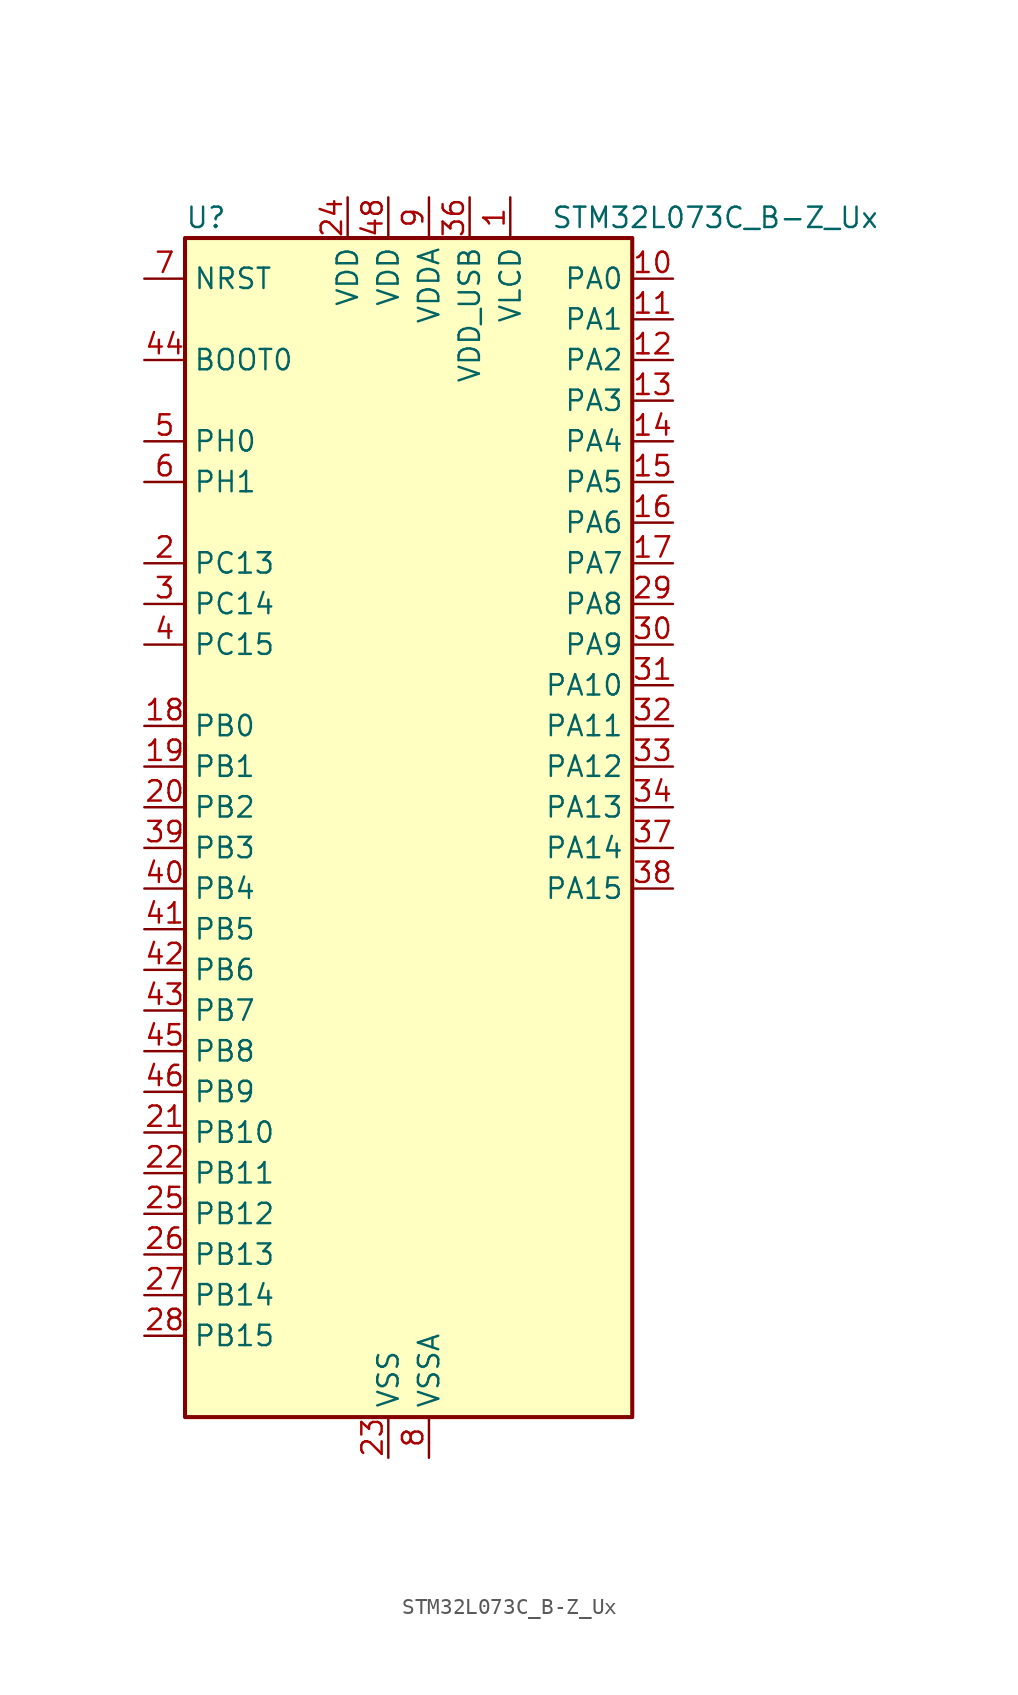
<source format=kicad_sym>
(kicad_symbol_lib
  (version 20231120)
  (generator "kicad_symbol_editor")
  (generator_version "8.0")
  (symbol "STM32L073C_B-Z_Ux"
    (property "Reference" "U"
      (at -12.7 39.37 0)
      (effects (font (size 1.27 1.27)) (justify left)))
    (property "Value" "STM32L073C_B-Z_Ux"
      (at 10.16 39.37 0)
      (effects (font (size 1.27 1.27)) (justify left)))
    (property "ki_locked" ""
      (at 0 0 0)
      (effects (font (size 1.27 1.27))))
    (symbol "STM32L073C_B-Z_Ux_0_1"
      (rectangle (start -12.7 -35.56) (end 15.24 38.1) (stroke (width 0.254) (type default)) (fill (type background))))
    (symbol "STM32L073C_B-Z_Ux_1_1"
      (pin power_in line (at 7.62 40.64 270) (length 2.54) (name "VLCD" (effects (font (size 1.27 1.27)))) (number "1" (effects (font (size 1.27 1.27)))))
      (pin bidirectional line (at 17.78 35.56 180) (length 2.54) (name "PA0" (effects (font (size 1.27 1.27)))) (number "10" (effects (font (size 1.27 1.27)))) (alternate "ADC_IN0" bidirectional line) (alternate "COMP1_INM" bidirectional line) (alternate "COMP1_OUT" bidirectional line) (alternate "RTC_TAMP2" bidirectional line) (alternate "SYS_WKUP1" bidirectional line) (alternate "TIM2_CH1" bidirectional line) (alternate "TIM2_ETR" bidirectional line) (alternate "TSC_G1_IO1" bidirectional line) (alternate "USART2_CTS" bidirectional line) (alternate "USART4_TX" bidirectional line))
      (pin bidirectional line (at 17.78 33.02 180) (length 2.54) (name "PA1" (effects (font (size 1.27 1.27)))) (number "11" (effects (font (size 1.27 1.27)))) (alternate "ADC_IN1" bidirectional line) (alternate "COMP1_INP" bidirectional line) (alternate "LCD_SEG0" bidirectional line) (alternate "TIM21_ETR" bidirectional line) (alternate "TIM2_CH2" bidirectional line) (alternate "TSC_G1_IO2" bidirectional line) (alternate "USART2_DE" bidirectional line) (alternate "USART2_RTS" bidirectional line) (alternate "USART4_RX" bidirectional line))
      (pin bidirectional line (at 17.78 30.48 180) (length 2.54) (name "PA2" (effects (font (size 1.27 1.27)))) (number "12" (effects (font (size 1.27 1.27)))) (alternate "ADC_IN2" bidirectional line) (alternate "COMP2_INM" bidirectional line) (alternate "COMP2_OUT" bidirectional line) (alternate "LCD_SEG1" bidirectional line) (alternate "LPUART1_TX" bidirectional line) (alternate "TIM21_CH1" bidirectional line) (alternate "TIM2_CH3" bidirectional line) (alternate "TSC_G1_IO3" bidirectional line) (alternate "USART2_TX" bidirectional line))
      (pin bidirectional line (at 17.78 27.94 180) (length 2.54) (name "PA3" (effects (font (size 1.27 1.27)))) (number "13" (effects (font (size 1.27 1.27)))) (alternate "ADC_IN3" bidirectional line) (alternate "COMP2_INP" bidirectional line) (alternate "LCD_SEG2" bidirectional line) (alternate "LPUART1_RX" bidirectional line) (alternate "TIM21_CH2" bidirectional line) (alternate "TIM2_CH4" bidirectional line) (alternate "TSC_G1_IO4" bidirectional line) (alternate "USART2_RX" bidirectional line))
      (pin bidirectional line (at 17.78 25.4 180) (length 2.54) (name "PA4" (effects (font (size 1.27 1.27)))) (number "14" (effects (font (size 1.27 1.27)))) (alternate "ADC_IN4" bidirectional line) (alternate "COMP1_INM" bidirectional line) (alternate "COMP2_INM" bidirectional line) (alternate "DAC_OUT1" bidirectional line) (alternate "SPI1_NSS" bidirectional line) (alternate "TIM22_ETR" bidirectional line) (alternate "TSC_G2_IO1" bidirectional line) (alternate "USART2_CK" bidirectional line))
      (pin bidirectional line (at 17.78 22.86 180) (length 2.54) (name "PA5" (effects (font (size 1.27 1.27)))) (number "15" (effects (font (size 1.27 1.27)))) (alternate "ADC_IN5" bidirectional line) (alternate "COMP1_INM" bidirectional line) (alternate "COMP2_INM" bidirectional line) (alternate "DAC_OUT2" bidirectional line) (alternate "SPI1_SCK" bidirectional line) (alternate "TIM2_CH1" bidirectional line) (alternate "TIM2_ETR" bidirectional line) (alternate "TSC_G2_IO2" bidirectional line))
      (pin bidirectional line (at 17.78 20.32 180) (length 2.54) (name "PA6" (effects (font (size 1.27 1.27)))) (number "16" (effects (font (size 1.27 1.27)))) (alternate "ADC_IN6" bidirectional line) (alternate "COMP1_OUT" bidirectional line) (alternate "LCD_SEG3" bidirectional line) (alternate "LPUART1_CTS" bidirectional line) (alternate "SPI1_MISO" bidirectional line) (alternate "TIM22_CH1" bidirectional line) (alternate "TIM3_CH1" bidirectional line) (alternate "TSC_G2_IO3" bidirectional line))
      (pin bidirectional line (at 17.78 17.78 180) (length 2.54) (name "PA7" (effects (font (size 1.27 1.27)))) (number "17" (effects (font (size 1.27 1.27)))) (alternate "ADC_IN7" bidirectional line) (alternate "COMP2_OUT" bidirectional line) (alternate "LCD_SEG4" bidirectional line) (alternate "SPI1_MOSI" bidirectional line) (alternate "TIM22_CH2" bidirectional line) (alternate "TIM3_CH2" bidirectional line) (alternate "TSC_G2_IO4" bidirectional line))
      (pin bidirectional line (at -15.24 7.62 0) (length 2.54) (name "PB0" (effects (font (size 1.27 1.27)))) (number "18" (effects (font (size 1.27 1.27)))) (alternate "ADC_IN8" bidirectional line) (alternate "LCD_SEG5" bidirectional line) (alternate "LCD_VLCD3" bidirectional line) (alternate "SYS_VREF_OUT_PB0" bidirectional line) (alternate "TIM3_CH3" bidirectional line) (alternate "TSC_G3_IO2" bidirectional line))
      (pin bidirectional line (at -15.24 5.08 0) (length 2.54) (name "PB1" (effects (font (size 1.27 1.27)))) (number "19" (effects (font (size 1.27 1.27)))) (alternate "ADC_IN9" bidirectional line) (alternate "LCD_SEG6" bidirectional line) (alternate "LPUART1_DE" bidirectional line) (alternate "LPUART1_RTS" bidirectional line) (alternate "SYS_VREF_OUT_PB1" bidirectional line) (alternate "TIM3_CH4" bidirectional line) (alternate "TSC_G3_IO3" bidirectional line))
      (pin bidirectional line (at -15.24 17.78 0) (length 2.54) (name "PC13" (effects (font (size 1.27 1.27)))) (number "2" (effects (font (size 1.27 1.27)))) (alternate "RTC_OUT_ALARM" bidirectional line) (alternate "RTC_OUT_CALIB" bidirectional line) (alternate "RTC_TAMP1" bidirectional line) (alternate "RTC_TS" bidirectional line) (alternate "SYS_WKUP2" bidirectional line))
      (pin bidirectional line (at -15.24 2.54 0) (length 2.54) (name "PB2" (effects (font (size 1.27 1.27)))) (number "20" (effects (font (size 1.27 1.27)))) (alternate "I2C3_SMBA" bidirectional line) (alternate "LCD_VLCD2" bidirectional line) (alternate "LPTIM1_OUT" bidirectional line) (alternate "TSC_G3_IO4" bidirectional line))
      (pin bidirectional line (at -15.24 -17.78 0) (length 2.54) (name "PB10" (effects (font (size 1.27 1.27)))) (number "21" (effects (font (size 1.27 1.27)))) (alternate "I2C2_SCL" bidirectional line) (alternate "LCD_SEG10" bidirectional line) (alternate "LPUART1_RX" bidirectional line) (alternate "LPUART1_TX" bidirectional line) (alternate "SPI2_SCK" bidirectional line) (alternate "TIM2_CH3" bidirectional line) (alternate "TSC_SYNC" bidirectional line))
      (pin bidirectional line (at -15.24 -20.32 0) (length 2.54) (name "PB11" (effects (font (size 1.27 1.27)))) (number "22" (effects (font (size 1.27 1.27)))) (alternate "ADC_EXTI11" bidirectional line) (alternate "I2C2_SDA" bidirectional line) (alternate "LCD_SEG11" bidirectional line) (alternate "LPUART1_RX" bidirectional line) (alternate "LPUART1_TX" bidirectional line) (alternate "TIM2_CH4" bidirectional line) (alternate "TSC_G6_IO1" bidirectional line))
      (pin power_in line (at 0 -38.1 90) (length 2.54) (name "VSS" (effects (font (size 1.27 1.27)))) (number "23" (effects (font (size 1.27 1.27)))))
      (pin power_in line (at -2.54 40.64 270) (length 2.54) (name "VDD" (effects (font (size 1.27 1.27)))) (number "24" (effects (font (size 1.27 1.27)))))
      (pin bidirectional line (at -15.24 -22.86 0) (length 2.54) (name "PB12" (effects (font (size 1.27 1.27)))) (number "25" (effects (font (size 1.27 1.27)))) (alternate "I2S2_WS" bidirectional line) (alternate "LCD_SEG12" bidirectional line) (alternate "LCD_VLCD2" bidirectional line) (alternate "LPUART1_DE" bidirectional line) (alternate "LPUART1_RTS" bidirectional line) (alternate "SPI2_NSS" bidirectional line) (alternate "TSC_G6_IO2" bidirectional line))
      (pin bidirectional line (at -15.24 -25.4 0) (length 2.54) (name "PB13" (effects (font (size 1.27 1.27)))) (number "26" (effects (font (size 1.27 1.27)))) (alternate "I2C2_SCL" bidirectional line) (alternate "I2S2_CK" bidirectional line) (alternate "LCD_SEG13" bidirectional line) (alternate "LPUART1_CTS" bidirectional line) (alternate "RCC_MCO" bidirectional line) (alternate "SPI2_SCK" bidirectional line) (alternate "TIM21_CH1" bidirectional line) (alternate "TSC_G6_IO3" bidirectional line))
      (pin bidirectional line (at -15.24 -27.94 0) (length 2.54) (name "PB14" (effects (font (size 1.27 1.27)))) (number "27" (effects (font (size 1.27 1.27)))) (alternate "I2C2_SDA" bidirectional line) (alternate "I2S2_MCK" bidirectional line) (alternate "LCD_SEG14" bidirectional line) (alternate "LPUART1_DE" bidirectional line) (alternate "LPUART1_RTS" bidirectional line) (alternate "RTC_OUT_ALARM" bidirectional line) (alternate "RTC_OUT_CALIB" bidirectional line) (alternate "SPI2_MISO" bidirectional line) (alternate "TIM21_CH2" bidirectional line) (alternate "TSC_G6_IO4" bidirectional line))
      (pin bidirectional line (at -15.24 -30.48 0) (length 2.54) (name "PB15" (effects (font (size 1.27 1.27)))) (number "28" (effects (font (size 1.27 1.27)))) (alternate "I2S2_SD" bidirectional line) (alternate "LCD_SEG15" bidirectional line) (alternate "RTC_REFIN" bidirectional line) (alternate "SPI2_MOSI" bidirectional line))
      (pin bidirectional line (at 17.78 15.24 180) (length 2.54) (name "PA8" (effects (font (size 1.27 1.27)))) (number "29" (effects (font (size 1.27 1.27)))) (alternate "CRS_SYNC" bidirectional line) (alternate "I2C3_SCL" bidirectional line) (alternate "LCD_COM0" bidirectional line) (alternate "RCC_MCO" bidirectional line) (alternate "USART1_CK" bidirectional line))
      (pin bidirectional line (at -15.24 15.24 0) (length 2.54) (name "PC14" (effects (font (size 1.27 1.27)))) (number "3" (effects (font (size 1.27 1.27)))) (alternate "RCC_OSC32_IN" bidirectional line))
      (pin bidirectional line (at 17.78 12.7 180) (length 2.54) (name "PA9" (effects (font (size 1.27 1.27)))) (number "30" (effects (font (size 1.27 1.27)))) (alternate "DAC_EXTI9" bidirectional line) (alternate "I2C1_SCL" bidirectional line) (alternate "I2C3_SMBA" bidirectional line) (alternate "LCD_COM1" bidirectional line) (alternate "RCC_MCO" bidirectional line) (alternate "TSC_G4_IO1" bidirectional line) (alternate "USART1_TX" bidirectional line))
      (pin bidirectional line (at 17.78 10.16 180) (length 2.54) (name "PA10" (effects (font (size 1.27 1.27)))) (number "31" (effects (font (size 1.27 1.27)))) (alternate "I2C1_SDA" bidirectional line) (alternate "LCD_COM2" bidirectional line) (alternate "TSC_G4_IO2" bidirectional line) (alternate "USART1_RX" bidirectional line))
      (pin bidirectional line (at 17.78 7.62 180) (length 2.54) (name "PA11" (effects (font (size 1.27 1.27)))) (number "32" (effects (font (size 1.27 1.27)))) (alternate "ADC_EXTI11" bidirectional line) (alternate "COMP1_OUT" bidirectional line) (alternate "SPI1_MISO" bidirectional line) (alternate "TSC_G4_IO3" bidirectional line) (alternate "USART1_CTS" bidirectional line) (alternate "USB_DM" bidirectional line))
      (pin bidirectional line (at 17.78 5.08 180) (length 2.54) (name "PA12" (effects (font (size 1.27 1.27)))) (number "33" (effects (font (size 1.27 1.27)))) (alternate "COMP2_OUT" bidirectional line) (alternate "SPI1_MOSI" bidirectional line) (alternate "TSC_G4_IO4" bidirectional line) (alternate "USART1_DE" bidirectional line) (alternate "USART1_RTS" bidirectional line) (alternate "USB_DP" bidirectional line))
      (pin bidirectional line (at 17.78 2.54 180) (length 2.54) (name "PA13" (effects (font (size 1.27 1.27)))) (number "34" (effects (font (size 1.27 1.27)))) (alternate "LPUART1_RX" bidirectional line) (alternate "SYS_SWDIO" bidirectional line) (alternate "USB_NOE" bidirectional line))
      (pin passive line (at 0 -38.1 90) (length 2.54) hide (name "VSS" (effects (font (size 1.27 1.27)))) (number "35" (effects (font (size 1.27 1.27)))))
      (pin power_in line (at 5.08 40.64 270) (length 2.54) (name "VDD_USB" (effects (font (size 1.27 1.27)))) (number "36" (effects (font (size 1.27 1.27)))))
      (pin bidirectional line (at 17.78 0 180) (length 2.54) (name "PA14" (effects (font (size 1.27 1.27)))) (number "37" (effects (font (size 1.27 1.27)))) (alternate "LPUART1_TX" bidirectional line) (alternate "SYS_SWCLK" bidirectional line) (alternate "USART2_TX" bidirectional line))
      (pin bidirectional line (at 17.78 -2.54 180) (length 2.54) (name "PA15" (effects (font (size 1.27 1.27)))) (number "38" (effects (font (size 1.27 1.27)))) (alternate "LCD_SEG17" bidirectional line) (alternate "SPI1_NSS" bidirectional line) (alternate "TIM2_CH1" bidirectional line) (alternate "TIM2_ETR" bidirectional line) (alternate "USART2_RX" bidirectional line) (alternate "USART4_DE" bidirectional line) (alternate "USART4_RTS" bidirectional line))
      (pin bidirectional line (at -15.24 0 0) (length 2.54) (name "PB3" (effects (font (size 1.27 1.27)))) (number "39" (effects (font (size 1.27 1.27)))) (alternate "COMP2_INM" bidirectional line) (alternate "LCD_SEG7" bidirectional line) (alternate "SPI1_SCK" bidirectional line) (alternate "TIM2_CH2" bidirectional line) (alternate "TSC_G5_IO1" bidirectional line) (alternate "USART1_DE" bidirectional line) (alternate "USART1_RTS" bidirectional line) (alternate "USART5_TX" bidirectional line))
      (pin bidirectional line (at -15.24 12.7 0) (length 2.54) (name "PC15" (effects (font (size 1.27 1.27)))) (number "4" (effects (font (size 1.27 1.27)))) (alternate "RCC_OSC32_OUT" bidirectional line))
      (pin bidirectional line (at -15.24 -2.54 0) (length 2.54) (name "PB4" (effects (font (size 1.27 1.27)))) (number "40" (effects (font (size 1.27 1.27)))) (alternate "COMP2_INP" bidirectional line) (alternate "I2C3_SDA" bidirectional line) (alternate "LCD_SEG8" bidirectional line) (alternate "SPI1_MISO" bidirectional line) (alternate "TIM22_CH1" bidirectional line) (alternate "TIM3_CH1" bidirectional line) (alternate "TSC_G5_IO2" bidirectional line) (alternate "USART1_CTS" bidirectional line) (alternate "USART5_RX" bidirectional line))
      (pin bidirectional line (at -15.24 -5.08 0) (length 2.54) (name "PB5" (effects (font (size 1.27 1.27)))) (number "41" (effects (font (size 1.27 1.27)))) (alternate "COMP2_INP" bidirectional line) (alternate "I2C1_SMBA" bidirectional line) (alternate "LCD_SEG9" bidirectional line) (alternate "LPTIM1_IN1" bidirectional line) (alternate "SPI1_MOSI" bidirectional line) (alternate "TIM22_CH2" bidirectional line) (alternate "TIM3_CH2" bidirectional line) (alternate "USART1_CK" bidirectional line) (alternate "USART5_CK" bidirectional line) (alternate "USART5_DE" bidirectional line) (alternate "USART5_RTS" bidirectional line))
      (pin bidirectional line (at -15.24 -7.62 0) (length 2.54) (name "PB6" (effects (font (size 1.27 1.27)))) (number "42" (effects (font (size 1.27 1.27)))) (alternate "COMP2_INP" bidirectional line) (alternate "I2C1_SCL" bidirectional line) (alternate "LPTIM1_ETR" bidirectional line) (alternate "TSC_G5_IO3" bidirectional line) (alternate "USART1_TX" bidirectional line))
      (pin bidirectional line (at -15.24 -10.16 0) (length 2.54) (name "PB7" (effects (font (size 1.27 1.27)))) (number "43" (effects (font (size 1.27 1.27)))) (alternate "COMP2_INP" bidirectional line) (alternate "I2C1_SDA" bidirectional line) (alternate "LPTIM1_IN2" bidirectional line) (alternate "SYS_PVD_IN" bidirectional line) (alternate "TSC_G5_IO4" bidirectional line) (alternate "USART1_RX" bidirectional line) (alternate "USART4_CTS" bidirectional line))
      (pin input line (at -15.24 30.48 0) (length 2.54) (name "BOOT0" (effects (font (size 1.27 1.27)))) (number "44" (effects (font (size 1.27 1.27)))))
      (pin bidirectional line (at -15.24 -12.7 0) (length 2.54) (name "PB8" (effects (font (size 1.27 1.27)))) (number "45" (effects (font (size 1.27 1.27)))) (alternate "I2C1_SCL" bidirectional line) (alternate "LCD_SEG16" bidirectional line) (alternate "TSC_SYNC" bidirectional line))
      (pin bidirectional line (at -15.24 -15.24 0) (length 2.54) (name "PB9" (effects (font (size 1.27 1.27)))) (number "46" (effects (font (size 1.27 1.27)))) (alternate "DAC_EXTI9" bidirectional line) (alternate "I2C1_SDA" bidirectional line) (alternate "I2S2_WS" bidirectional line) (alternate "LCD_COM3" bidirectional line) (alternate "SPI2_NSS" bidirectional line))
      (pin passive line (at 0 -38.1 90) (length 2.54) hide (name "VSS" (effects (font (size 1.27 1.27)))) (number "47" (effects (font (size 1.27 1.27)))))
      (pin power_in line (at 0 40.64 270) (length 2.54) (name "VDD" (effects (font (size 1.27 1.27)))) (number "48" (effects (font (size 1.27 1.27)))))
      (pin passive line (at 0 -38.1 90) (length 2.54) hide (name "VSS" (effects (font (size 1.27 1.27)))) (number "49" (effects (font (size 1.27 1.27)))))
      (pin bidirectional line (at -15.24 25.4 0) (length 2.54) (name "PH0" (effects (font (size 1.27 1.27)))) (number "5" (effects (font (size 1.27 1.27)))) (alternate "CRS_SYNC" bidirectional line) (alternate "RCC_OSC_IN" bidirectional line))
      (pin bidirectional line (at -15.24 22.86 0) (length 2.54) (name "PH1" (effects (font (size 1.27 1.27)))) (number "6" (effects (font (size 1.27 1.27)))) (alternate "RCC_OSC_OUT" bidirectional line))
      (pin input line (at -15.24 35.56 0) (length 2.54) (name "NRST" (effects (font (size 1.27 1.27)))) (number "7" (effects (font (size 1.27 1.27)))))
      (pin power_in line (at 2.54 -38.1 90) (length 2.54) (name "VSSA" (effects (font (size 1.27 1.27)))) (number "8" (effects (font (size 1.27 1.27)))))
      (pin power_in line (at 2.54 40.64 270) (length 2.54) (name "VDDA" (effects (font (size 1.27 1.27)))) (number "9" (effects (font (size 1.27 1.27))))))))
</source>
